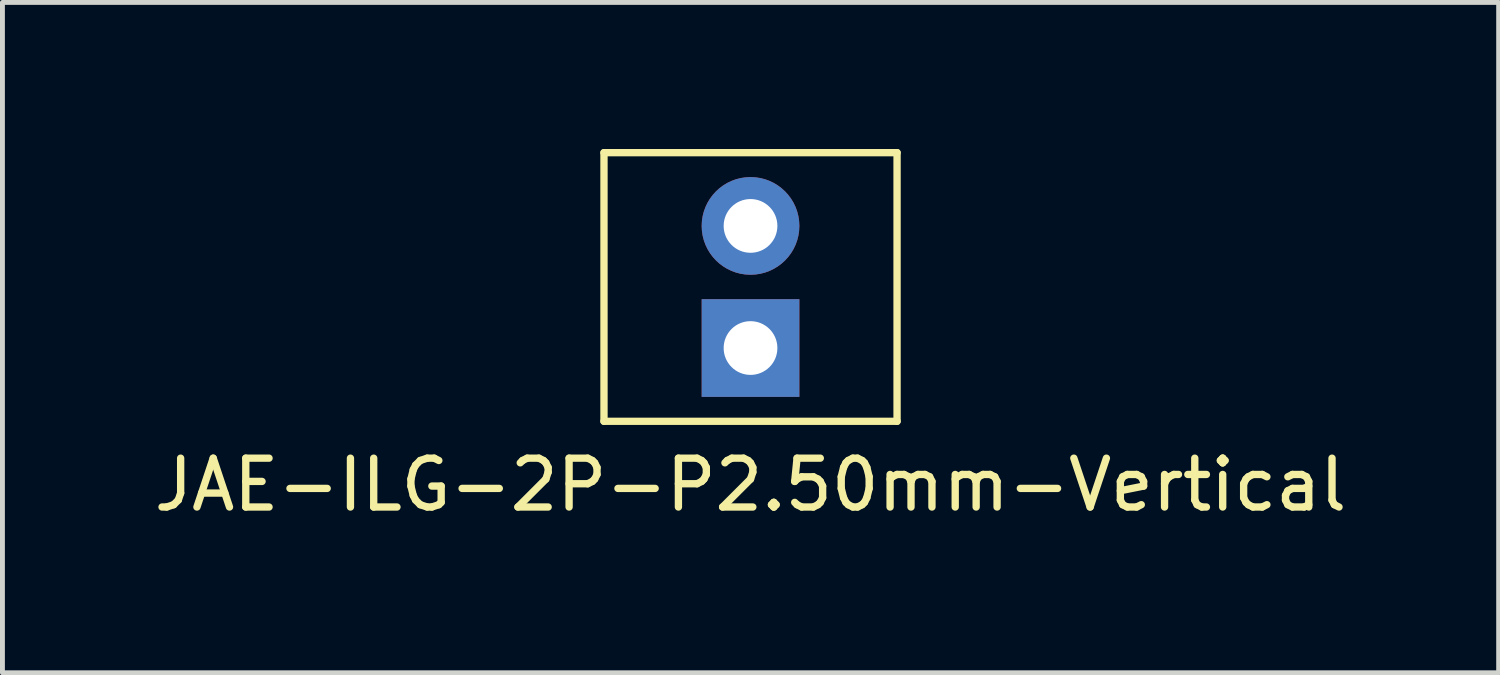
<source format=kicad_pcb>
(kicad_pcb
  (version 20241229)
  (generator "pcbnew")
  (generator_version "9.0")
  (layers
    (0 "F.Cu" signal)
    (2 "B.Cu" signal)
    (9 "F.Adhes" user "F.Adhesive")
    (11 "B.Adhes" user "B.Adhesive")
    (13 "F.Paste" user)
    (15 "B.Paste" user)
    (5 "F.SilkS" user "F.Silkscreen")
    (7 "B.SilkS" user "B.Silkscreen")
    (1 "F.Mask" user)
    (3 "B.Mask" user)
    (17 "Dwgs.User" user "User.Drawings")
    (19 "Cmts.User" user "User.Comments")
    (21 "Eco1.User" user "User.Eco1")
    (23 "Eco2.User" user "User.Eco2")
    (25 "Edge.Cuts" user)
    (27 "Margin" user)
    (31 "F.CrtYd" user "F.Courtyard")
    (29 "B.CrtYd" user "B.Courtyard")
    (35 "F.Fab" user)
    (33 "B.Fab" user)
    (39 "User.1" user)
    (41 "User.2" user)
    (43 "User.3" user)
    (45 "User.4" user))
  (footprint "JAE-ILG-2P-P2.50mm-Vertical"
    (layer "F.Cu")
    (at 12.315 4.075)
    (property "Reference" "JAE-ILG-2P-P2.50mm-Vertical" (at 0 2.8 0) (layer "F.SilkS") (effects (font (size 1 1) (thickness 0.15))))
    (attr through_hole)
    (fp_line (start -3 -4) (end 3 -4) (stroke (width 0.15) (type solid)) (layer "F.SilkS"))
    (fp_line (start -3 1.5) (end -3 -4) (stroke (width 0.15) (type solid)) (layer "F.SilkS"))
    (fp_line (start -3 1.5) (end 3 1.5) (stroke (width 0.15) (type solid)) (layer "F.SilkS"))
    (fp_line (start 3 1.5) (end 3 -4) (stroke (width 0.15) (type solid)) (layer "F.SilkS"))
    (pad "1" thru_hole rect (at 0 0 90) (size 2 2) (drill 1.1) (layers "*.Cu" "*.Mask"))
    (pad "2" thru_hole circle (at 0 -2.5 90) (size 2 2) (drill 1.1) (layers "*.Cu" "*.Mask")))
  (gr_rect
    (start -3 -3)
    (end 27.631 10.723)
    (stroke (width 0.1) (type default))
    (fill no)
    (layer "Edge.Cuts")))
</source>
